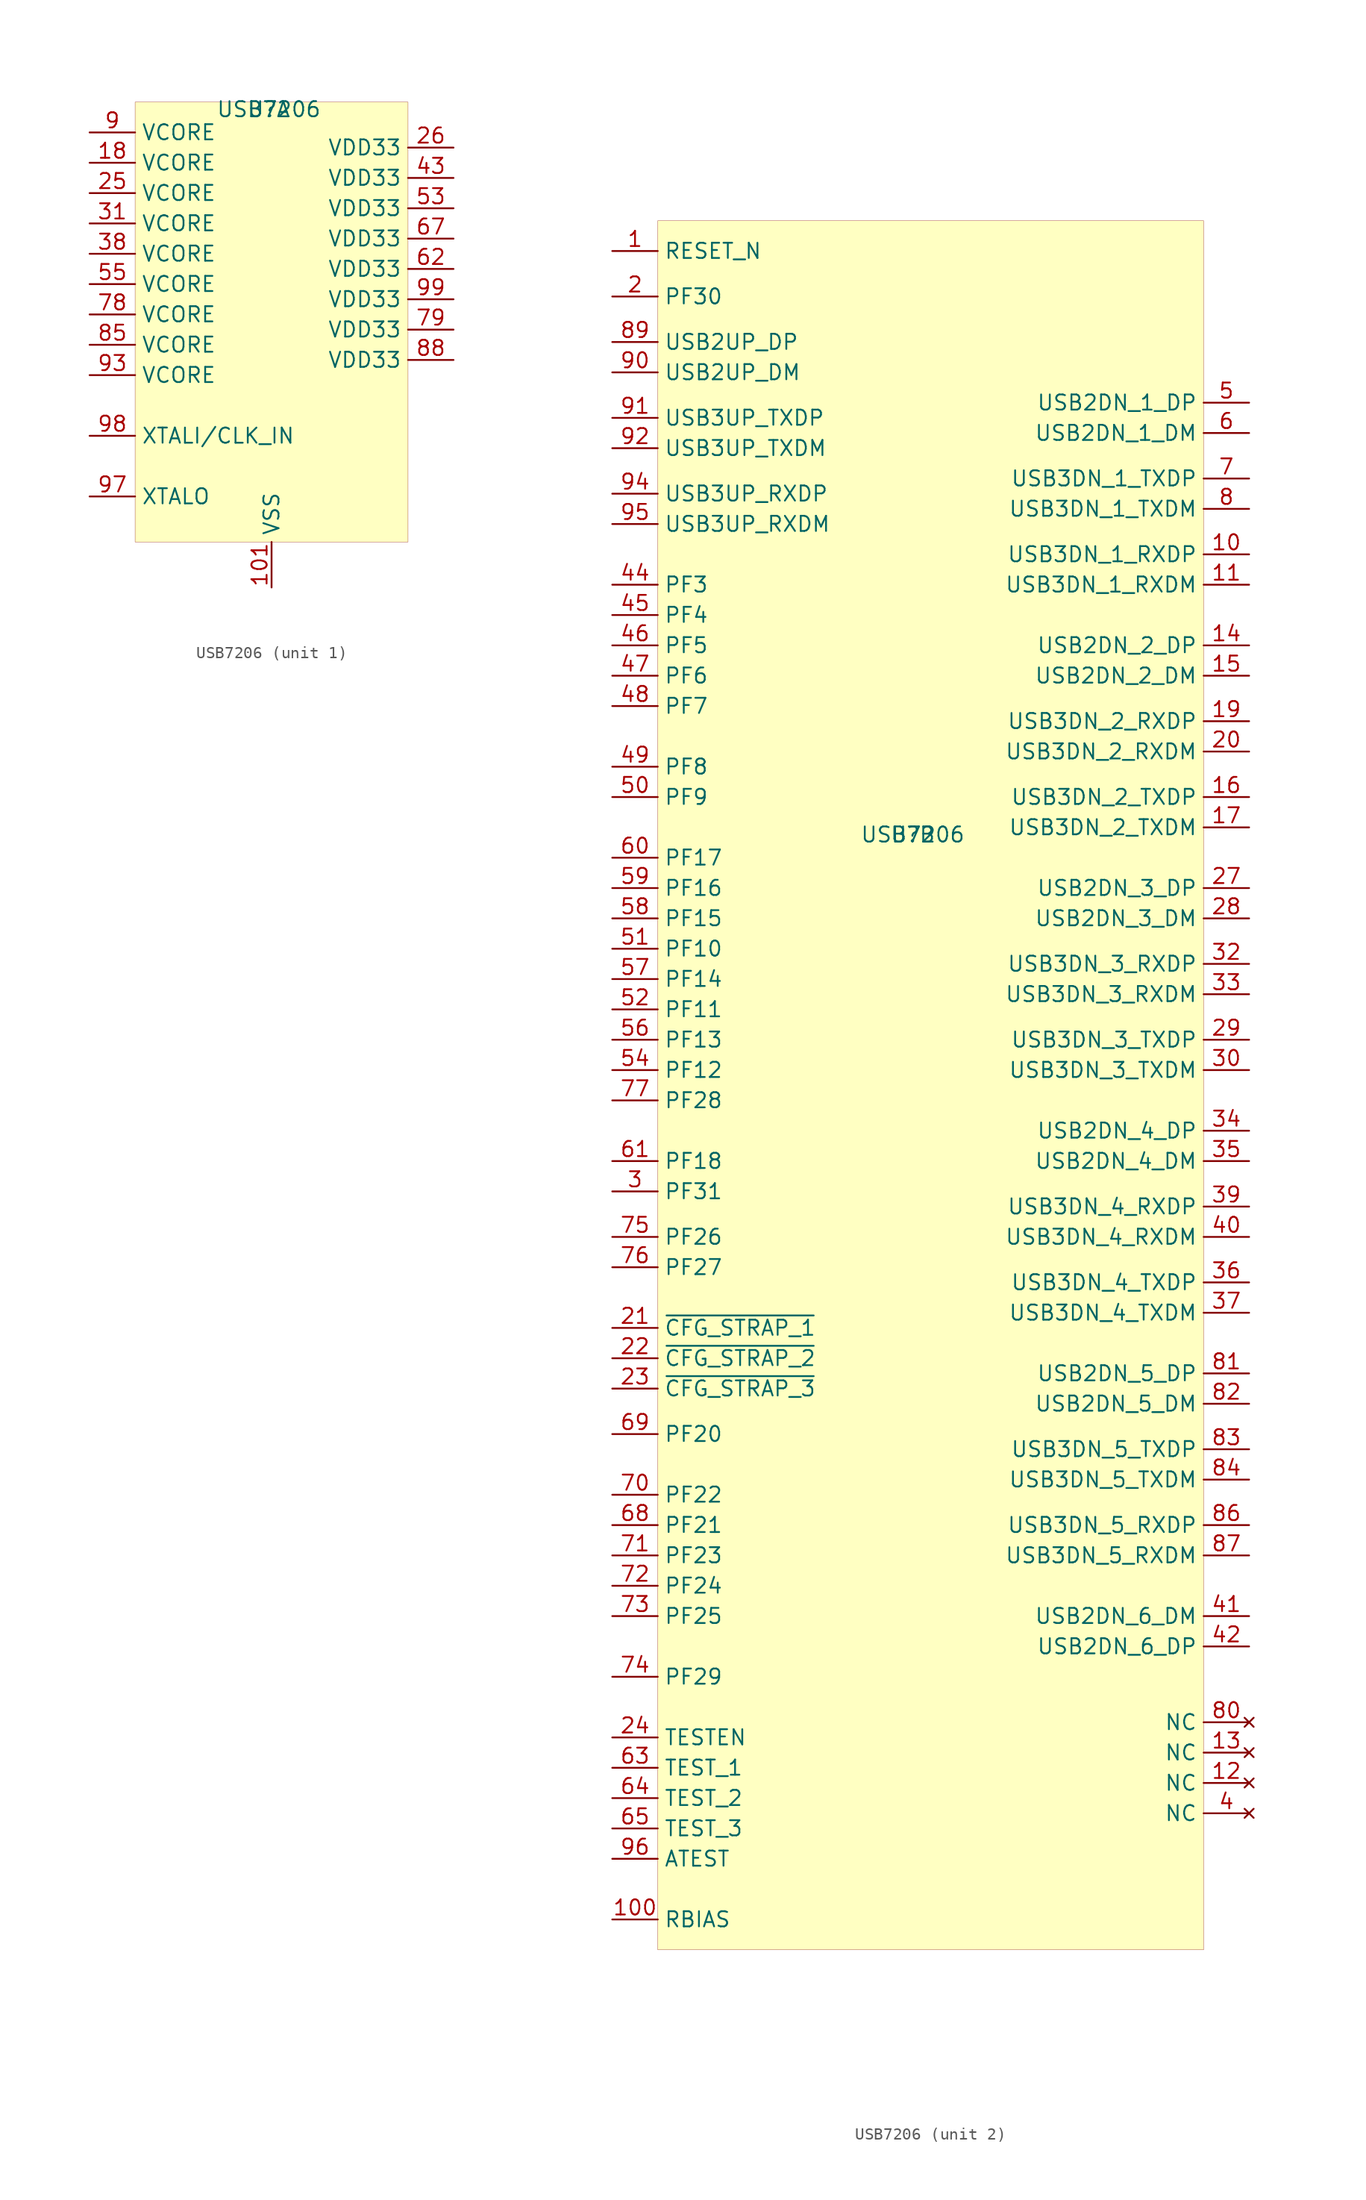
<source format=kicad_sym>
(kicad_symbol_lib
  (version 20201005)
  (generator kicad_symbol_editor)
  (symbol "mte_usb_hub:USB7206"
    (property "Reference" "U"
      (at -0.229 10.82 0)
      (effects (font (size 1.27 1.27))))
    (property "Value" "USB7206"
      (at -0.229 10.82 0)
      (effects (font (size 1.27 1.27))))
    (symbol "USB7206_1_0"
      (pin power_in line (at 0 -29.21 90) (length 3.81) (name "VSS" (effects (font (size 1.27 1.27)))) (number "101" (effects (font (size 1.27 1.27)))))
      (pin power_in line (at -15.24 6.35 0) (length 3.81) (name "VCORE" (effects (font (size 1.27 1.27)))) (number "18" (effects (font (size 1.27 1.27)))))
      (pin power_in line (at -15.24 3.81 0) (length 3.81) (name "VCORE" (effects (font (size 1.27 1.27)))) (number "25" (effects (font (size 1.27 1.27)))))
      (pin power_in line (at 15.24 7.62 180) (length 3.81) (name "VDD33" (effects (font (size 1.27 1.27)))) (number "26" (effects (font (size 1.27 1.27)))))
      (pin power_in line (at -15.24 1.27 0) (length 3.81) (name "VCORE" (effects (font (size 1.27 1.27)))) (number "31" (effects (font (size 1.27 1.27)))))
      (pin power_in line (at -15.24 -1.27 0) (length 3.81) (name "VCORE" (effects (font (size 1.27 1.27)))) (number "38" (effects (font (size 1.27 1.27)))))
      (pin power_in line (at 15.24 5.08 180) (length 3.81) (name "VDD33" (effects (font (size 1.27 1.27)))) (number "43" (effects (font (size 1.27 1.27)))))
      (pin power_in line (at 15.24 2.54 180) (length 3.81) (name "VDD33" (effects (font (size 1.27 1.27)))) (number "53" (effects (font (size 1.27 1.27)))))
      (pin power_in line (at -15.24 -3.81 0) (length 3.81) (name "VCORE" (effects (font (size 1.27 1.27)))) (number "55" (effects (font (size 1.27 1.27)))))
      (pin power_in line (at 15.24 -2.54 180) (length 3.81) (name "VDD33" (effects (font (size 1.27 1.27)))) (number "62" (effects (font (size 1.27 1.27)))))
      (pin power_in line (at 15.24 0 180) (length 3.81) (name "VDD33" (effects (font (size 1.27 1.27)))) (number "67" (effects (font (size 1.27 1.27)))))
      (pin power_in line (at -15.24 -6.35 0) (length 3.81) (name "VCORE" (effects (font (size 1.27 1.27)))) (number "78" (effects (font (size 1.27 1.27)))))
      (pin power_in line (at 15.24 -7.62 180) (length 3.81) (name "VDD33" (effects (font (size 1.27 1.27)))) (number "79" (effects (font (size 1.27 1.27)))))
      (pin power_in line (at -15.24 -8.89 0) (length 3.81) (name "VCORE" (effects (font (size 1.27 1.27)))) (number "85" (effects (font (size 1.27 1.27)))))
      (pin power_in line (at 15.24 -10.16 180) (length 3.81) (name "VDD33" (effects (font (size 1.27 1.27)))) (number "88" (effects (font (size 1.27 1.27)))))
      (pin power_in line (at -15.24 8.89 0) (length 3.81) (name "VCORE" (effects (font (size 1.27 1.27)))) (number "9" (effects (font (size 1.27 1.27)))))
      (pin power_in line (at -15.24 -11.43 0) (length 3.81) (name "VCORE" (effects (font (size 1.27 1.27)))) (number "93" (effects (font (size 1.27 1.27)))))
      (pin output line (at -15.24 -21.59 0) (length 3.81) (name "XTALO" (effects (font (size 1.27 1.27)))) (number "97" (effects (font (size 1.27 1.27)))))
      (pin input line (at -15.24 -16.51 0) (length 3.81) (name "XTALI/CLK_IN" (effects (font (size 1.27 1.27)))) (number "98" (effects (font (size 1.27 1.27)))))
      (pin power_in line (at 15.24 -5.08 180) (length 3.81) (name "VDD33" (effects (font (size 1.27 1.27)))) (number "99" (effects (font (size 1.27 1.27))))))
    (symbol "USB7206_1_1"
      (rectangle (start -11.43 11.43) (end 11.43 -25.4) (stroke (width 0.001)) (fill (type background))))
    (symbol "USB7206_2_0"
      (pin bidirectional line (at -25.4 59.69 0) (length 3.81) (name "RESET_N" (effects (font (size 1.27 1.27)))) (number "1" (effects (font (size 1.27 1.27)))))
      (pin bidirectional line (at 27.94 34.29 180) (length 3.81) (name "USB3DN_1_RXDP" (effects (font (size 1.27 1.27)))) (number "10" (effects (font (size 1.27 1.27)))))
      (pin bidirectional line (at -25.4 -80.01 0) (length 3.81) (name "RBIAS" (effects (font (size 1.27 1.27)))) (number "100" (effects (font (size 1.27 1.27)))))
      (pin bidirectional line (at 27.94 31.75 180) (length 3.81) (name "USB3DN_1_RXDM" (effects (font (size 1.27 1.27)))) (number "11" (effects (font (size 1.27 1.27)))))
      (pin no_connect line (at 27.94 -68.58 180) (length 3.81) (name "NC" (effects (font (size 1.27 1.27)))) (number "12" (effects (font (size 1.27 1.27)))))
      (pin no_connect line (at 27.94 -66.04 180) (length 3.81) (name "NC" (effects (font (size 1.27 1.27)))) (number "13" (effects (font (size 1.27 1.27)))))
      (pin bidirectional line (at 27.94 26.67 180) (length 3.81) (name "USB2DN_2_DP" (effects (font (size 1.27 1.27)))) (number "14" (effects (font (size 1.27 1.27)))) (alternate "~PRT_DIS_2_P" bidirectional line))
      (pin bidirectional line (at 27.94 24.13 180) (length 3.81) (name "USB2DN_2_DM" (effects (font (size 1.27 1.27)))) (number "15" (effects (font (size 1.27 1.27)))) (alternate "~PRT_DIS_2_M" bidirectional line))
      (pin bidirectional line (at 27.94 13.97 180) (length 3.81) (name "USB3DN_2_TXDP" (effects (font (size 1.27 1.27)))) (number "16" (effects (font (size 1.27 1.27)))))
      (pin bidirectional line (at 27.94 11.43 180) (length 3.81) (name "USB3DN_2_TXDM" (effects (font (size 1.27 1.27)))) (number "17" (effects (font (size 1.27 1.27)))))
      (pin bidirectional line (at 27.94 20.32 180) (length 3.81) (name "USB3DN_2_RXDP" (effects (font (size 1.27 1.27)))) (number "19" (effects (font (size 1.27 1.27)))))
      (pin bidirectional line (at -25.4 55.88 0) (length 3.81) (name "PF30" (effects (font (size 1.27 1.27)))) (number "2" (effects (font (size 1.27 1.27)))) (alternate "VBUS_MON_UP" bidirectional line))
      (pin bidirectional line (at 27.94 17.78 180) (length 3.81) (name "USB3DN_2_RXDM" (effects (font (size 1.27 1.27)))) (number "20" (effects (font (size 1.27 1.27)))))
      (pin bidirectional line (at -25.4 -30.48 0) (length 3.81) (name "~CFG_STRAP_1" (effects (font (size 1.27 1.27)))) (number "21" (effects (font (size 1.27 1.27)))))
      (pin bidirectional line (at -25.4 -33.02 0) (length 3.81) (name "~CFG_STRAP_2" (effects (font (size 1.27 1.27)))) (number "22" (effects (font (size 1.27 1.27)))))
      (pin bidirectional line (at -25.4 -35.56 0) (length 3.81) (name "~CFG_STRAP_3" (effects (font (size 1.27 1.27)))) (number "23" (effects (font (size 1.27 1.27)))))
      (pin bidirectional line (at -25.4 -64.77 0) (length 3.81) (name "TESTEN" (effects (font (size 1.27 1.27)))) (number "24" (effects (font (size 1.27 1.27)))))
      (pin bidirectional line (at 27.94 6.35 180) (length 3.81) (name "USB2DN_3_DP" (effects (font (size 1.27 1.27)))) (number "27" (effects (font (size 1.27 1.27)))) (alternate "~PRT_DIS_3_P" bidirectional line))
      (pin bidirectional line (at 27.94 3.81 180) (length 3.81) (name "USB2DN_3_DM" (effects (font (size 1.27 1.27)))) (number "28" (effects (font (size 1.27 1.27)))) (alternate "~PRT_DIS_3_M" bidirectional line))
      (pin bidirectional line (at 27.94 -6.35 180) (length 3.81) (name "USB3DN_3_TXDP" (effects (font (size 1.27 1.27)))) (number "29" (effects (font (size 1.27 1.27)))))
      (pin bidirectional line (at -25.4 -19.05 0) (length 3.81) (name "PF31" (effects (font (size 1.27 1.27)))) (number "3" (effects (font (size 1.27 1.27)))) (alternate "MSTR_I2C_DATA" bidirectional line))
      (pin bidirectional line (at 27.94 -8.89 180) (length 3.81) (name "USB3DN_3_TXDM" (effects (font (size 1.27 1.27)))) (number "30" (effects (font (size 1.27 1.27)))))
      (pin bidirectional line (at 27.94 0 180) (length 3.81) (name "USB3DN_3_RXDP" (effects (font (size 1.27 1.27)))) (number "32" (effects (font (size 1.27 1.27)))))
      (pin bidirectional line (at 27.94 -2.54 180) (length 3.81) (name "USB3DN_3_RXDM" (effects (font (size 1.27 1.27)))) (number "33" (effects (font (size 1.27 1.27)))))
      (pin bidirectional line (at 27.94 -13.97 180) (length 3.81) (name "USB2DN_4_DP" (effects (font (size 1.27 1.27)))) (number "34" (effects (font (size 1.27 1.27)))) (alternate "~PRT_DIS_4_P" bidirectional line))
      (pin bidirectional line (at 27.94 -16.51 180) (length 3.81) (name "USB2DN_4_DM" (effects (font (size 1.27 1.27)))) (number "35" (effects (font (size 1.27 1.27)))) (alternate "~PRT_DIS_4_M" bidirectional line))
      (pin bidirectional line (at 27.94 -26.67 180) (length 3.81) (name "USB3DN_4_TXDP" (effects (font (size 1.27 1.27)))) (number "36" (effects (font (size 1.27 1.27)))))
      (pin bidirectional line (at 27.94 -29.21 180) (length 3.81) (name "USB3DN_4_TXDM" (effects (font (size 1.27 1.27)))) (number "37" (effects (font (size 1.27 1.27)))))
      (pin bidirectional line (at 27.94 -20.32 180) (length 3.81) (name "USB3DN_4_RXDP" (effects (font (size 1.27 1.27)))) (number "39" (effects (font (size 1.27 1.27)))))
      (pin no_connect line (at 27.94 -71.12 180) (length 3.81) (name "NC" (effects (font (size 1.27 1.27)))) (number "4" (effects (font (size 1.27 1.27)))))
      (pin bidirectional line (at 27.94 -22.86 180) (length 3.81) (name "USB3DN_4_RXDM" (effects (font (size 1.27 1.27)))) (number "40" (effects (font (size 1.27 1.27)))))
      (pin bidirectional line (at 27.94 -54.61 180) (length 3.81) (name "USB2DN_6_DM" (effects (font (size 1.27 1.27)))) (number "41" (effects (font (size 1.27 1.27)))) (alternate "~PRT_DIS_6_M" passive line))
      (pin bidirectional line (at 27.94 -57.15 180) (length 3.81) (name "USB2DN_6_DP" (effects (font (size 1.27 1.27)))) (number "42" (effects (font (size 1.27 1.27)))) (alternate "~PRT_DIS_6_P" passive line))
      (pin bidirectional line (at -25.4 31.75 0) (length 3.81) (name "PF3" (effects (font (size 1.27 1.27)))) (number "44" (effects (font (size 1.27 1.27)))) (alternate "I2S_SDI" bidirectional line))
      (pin bidirectional line (at -25.4 29.21 0) (length 3.81) (name "PF4" (effects (font (size 1.27 1.27)))) (number "45" (effects (font (size 1.27 1.27)))) (alternate "I2S_SDO" bidirectional line))
      (pin bidirectional line (at -25.4 26.67 0) (length 3.81) (name "PF5" (effects (font (size 1.27 1.27)))) (number "46" (effects (font (size 1.27 1.27)))) (alternate "I2S_CLK" bidirectional line))
      (pin bidirectional line (at -25.4 24.13 0) (length 3.81) (name "PF6" (effects (font (size 1.27 1.27)))) (number "47" (effects (font (size 1.27 1.27)))) (alternate "I2S_LRCK" bidirectional line))
      (pin bidirectional line (at -25.4 21.59 0) (length 3.81) (name "PF7" (effects (font (size 1.27 1.27)))) (number "48" (effects (font (size 1.27 1.27)))) (alternate "I2S_MCLK" bidirectional line))
      (pin bidirectional line (at -25.4 16.51 0) (length 3.81) (name "PF8" (effects (font (size 1.27 1.27)))) (number "49" (effects (font (size 1.27 1.27)))) (alternate "NC" no_connect line))
      (pin bidirectional line (at 27.94 46.99 180) (length 3.81) (name "USB2DN_1_DP" (effects (font (size 1.27 1.27)))) (number "5" (effects (font (size 1.27 1.27)))) (alternate "~PRT_DIS_1_P" bidirectional line))
      (pin bidirectional line (at -25.4 13.97 0) (length 3.81) (name "PF9" (effects (font (size 1.27 1.27)))) (number "50" (effects (font (size 1.27 1.27)))) (alternate "NC" no_connect line))
      (pin bidirectional line (at -25.4 1.27 0) (length 3.81) (name "PF10" (effects (font (size 1.27 1.27)))) (number "51" (effects (font (size 1.27 1.27)))) (alternate "PRT_CTL3_U3" bidirectional line))
      (pin bidirectional line (at -25.4 -3.81 0) (length 3.81) (name "PF11" (effects (font (size 1.27 1.27)))) (number "52" (effects (font (size 1.27 1.27)))) (alternate "PRT_CTL4_U3" bidirectional line))
      (pin bidirectional line (at -25.4 -8.89 0) (length 3.81) (name "PF12" (effects (font (size 1.27 1.27)))) (number "54" (effects (font (size 1.27 1.27)))) (alternate "PRT_CTL5_U3" bidirectional line))
      (pin bidirectional line (at -25.4 -6.35 0) (length 3.81) (name "PF13" (effects (font (size 1.27 1.27)))) (number "56" (effects (font (size 1.27 1.27)))) (alternate "PRT_CTL5/OCS" bidirectional line))
      (pin bidirectional line (at -25.4 -1.27 0) (length 3.81) (name "PF14" (effects (font (size 1.27 1.27)))) (number "57" (effects (font (size 1.27 1.27)))) (alternate "PRT_CTL4/OCS" bidirectional line))
      (pin bidirectional line (at -25.4 3.81 0) (length 3.81) (name "PF15" (effects (font (size 1.27 1.27)))) (number "58" (effects (font (size 1.27 1.27)))) (alternate "PRT_CTL3/OCS" bidirectional line))
      (pin bidirectional line (at -25.4 6.35 0) (length 3.81) (name "PF16" (effects (font (size 1.27 1.27)))) (number "59" (effects (font (size 1.27 1.27)))) (alternate "PRT_CTL2/OCS" bidirectional line))
      (pin bidirectional line (at 27.94 44.45 180) (length 3.81) (name "USB2DN_1_DM" (effects (font (size 1.27 1.27)))) (number "6" (effects (font (size 1.27 1.27)))) (alternate "~PRT_DIS_1_N" bidirectional line))
      (pin bidirectional line (at -25.4 8.89 0) (length 3.81) (name "PF17" (effects (font (size 1.27 1.27)))) (number "60" (effects (font (size 1.27 1.27)))) (alternate "PRT_CTL1/OCS" bidirectional line))
      (pin bidirectional line (at -25.4 -16.51 0) (length 3.81) (name "PF18" (effects (font (size 1.27 1.27)))) (number "61" (effects (font (size 1.27 1.27)))) (alternate "MSTR_I2C_CLK" bidirectional line))
      (pin bidirectional line (at -25.4 -67.31 0) (length 3.81) (name "TEST_1" (effects (font (size 1.27 1.27)))) (number "63" (effects (font (size 1.27 1.27)))))
      (pin bidirectional line (at -25.4 -69.85 0) (length 3.81) (name "TEST_2" (effects (font (size 1.27 1.27)))) (number "64" (effects (font (size 1.27 1.27)))))
      (pin bidirectional line (at -25.4 -72.39 0) (length 3.81) (name "TEST_3" (effects (font (size 1.27 1.27)))) (number "65" (effects (font (size 1.27 1.27)))))
      (pin bidirectional line (at -25.4 -46.99 0) (length 3.81) (name "PF21" (effects (font (size 1.27 1.27)))) (number "68" (effects (font (size 1.27 1.27)))) (alternate "SPI_CLK" bidirectional line))
      (pin bidirectional line (at -25.4 -39.37 0) (length 3.81) (name "PF20" (effects (font (size 1.27 1.27)))) (number "69" (effects (font (size 1.27 1.27)))) (alternate "SPI_CE_N" bidirectional line) (alternate "~CFG_NON_REM" bidirectional line))
      (pin bidirectional line (at 27.94 40.64 180) (length 3.81) (name "USB3DN_1_TXDP" (effects (font (size 1.27 1.27)))) (number "7" (effects (font (size 1.27 1.27)))))
      (pin bidirectional line (at -25.4 -44.45 0) (length 3.81) (name "PF22" (effects (font (size 1.27 1.27)))) (number "70" (effects (font (size 1.27 1.27)))) (alternate "SPI_D0" bidirectional line) (alternate "~CFG_BC_EN" bidirectional line))
      (pin bidirectional line (at -25.4 -49.53 0) (length 3.81) (name "PF23" (effects (font (size 1.27 1.27)))) (number "71" (effects (font (size 1.27 1.27)))) (alternate "SPI_D1" bidirectional line))
      (pin bidirectional line (at -25.4 -52.07 0) (length 3.81) (name "PF24" (effects (font (size 1.27 1.27)))) (number "72" (effects (font (size 1.27 1.27)))) (alternate "SPI_D2" bidirectional line))
      (pin bidirectional line (at -25.4 -54.61 0) (length 3.81) (name "PF25" (effects (font (size 1.27 1.27)))) (number "73" (effects (font (size 1.27 1.27)))) (alternate "SPI_D3" bidirectional line))
      (pin bidirectional line (at -25.4 -59.69 0) (length 3.81) (name "PF29" (effects (font (size 1.27 1.27)))) (number "74" (effects (font (size 1.27 1.27)))))
      (pin bidirectional line (at -25.4 -22.86 0) (length 3.81) (name "PF26" (effects (font (size 1.27 1.27)))) (number "75" (effects (font (size 1.27 1.27)))) (alternate "SLV_I2C_CLK" bidirectional line))
      (pin bidirectional line (at -25.4 -25.4 0) (length 3.81) (name "PF27" (effects (font (size 1.27 1.27)))) (number "76" (effects (font (size 1.27 1.27)))) (alternate "SLV_I2C_DAT" bidirectional line))
      (pin bidirectional line (at -25.4 -11.43 0) (length 3.81) (name "PF28" (effects (font (size 1.27 1.27)))) (number "77" (effects (font (size 1.27 1.27)))) (alternate "OCS" bidirectional line) (alternate "PRT_CTL6" bidirectional line))
      (pin bidirectional line (at 27.94 38.1 180) (length 3.81) (name "USB3DN_1_TXDM" (effects (font (size 1.27 1.27)))) (number "8" (effects (font (size 1.27 1.27)))))
      (pin no_connect line (at 27.94 -63.5 180) (length 3.81) (name "NC" (effects (font (size 1.27 1.27)))) (number "80" (effects (font (size 1.27 1.27)))))
      (pin bidirectional line (at 27.94 -34.29 180) (length 3.81) (name "USB2DN_5_DP" (effects (font (size 1.27 1.27)))) (number "81" (effects (font (size 1.27 1.27)))) (alternate "~PRT_DIS_5_P" passive line))
      (pin bidirectional line (at 27.94 -36.83 180) (length 3.81) (name "USB2DN_5_DM" (effects (font (size 1.27 1.27)))) (number "82" (effects (font (size 1.27 1.27)))) (alternate "~PRT_DIS_5_M" passive line))
      (pin bidirectional line (at 27.94 -40.64 180) (length 3.81) (name "USB3DN_5_TXDP" (effects (font (size 1.27 1.27)))) (number "83" (effects (font (size 1.27 1.27)))))
      (pin bidirectional line (at 27.94 -43.18 180) (length 3.81) (name "USB3DN_5_TXDM" (effects (font (size 1.27 1.27)))) (number "84" (effects (font (size 1.27 1.27)))))
      (pin bidirectional line (at 27.94 -46.99 180) (length 3.81) (name "USB3DN_5_RXDP" (effects (font (size 1.27 1.27)))) (number "86" (effects (font (size 1.27 1.27)))))
      (pin bidirectional line (at 27.94 -49.53 180) (length 3.81) (name "USB3DN_5_RXDM" (effects (font (size 1.27 1.27)))) (number "87" (effects (font (size 1.27 1.27)))))
      (pin bidirectional line (at -25.4 52.07 0) (length 3.81) (name "USB2UP_DP" (effects (font (size 1.27 1.27)))) (number "89" (effects (font (size 1.27 1.27)))))
      (pin bidirectional line (at -25.4 49.53 0) (length 3.81) (name "USB2UP_DM" (effects (font (size 1.27 1.27)))) (number "90" (effects (font (size 1.27 1.27)))))
      (pin bidirectional line (at -25.4 45.72 0) (length 3.81) (name "USB3UP_TXDP" (effects (font (size 1.27 1.27)))) (number "91" (effects (font (size 1.27 1.27)))))
      (pin bidirectional line (at -25.4 43.18 0) (length 3.81) (name "USB3UP_TXDM" (effects (font (size 1.27 1.27)))) (number "92" (effects (font (size 1.27 1.27)))))
      (pin bidirectional line (at -25.4 39.37 0) (length 3.81) (name "USB3UP_RXDP" (effects (font (size 1.27 1.27)))) (number "94" (effects (font (size 1.27 1.27)))))
      (pin bidirectional line (at -25.4 36.83 0) (length 3.81) (name "USB3UP_RXDM" (effects (font (size 1.27 1.27)))) (number "95" (effects (font (size 1.27 1.27)))))
      (pin bidirectional line (at -25.4 -74.93 0) (length 3.81) (name "ATEST" (effects (font (size 1.27 1.27)))) (number "96" (effects (font (size 1.27 1.27))))))
    (symbol "USB7206_2_1"
      (rectangle (start -21.59 62.23) (end 24.13 -82.55) (stroke (width 0.001)) (fill (type background))))))
</source>
